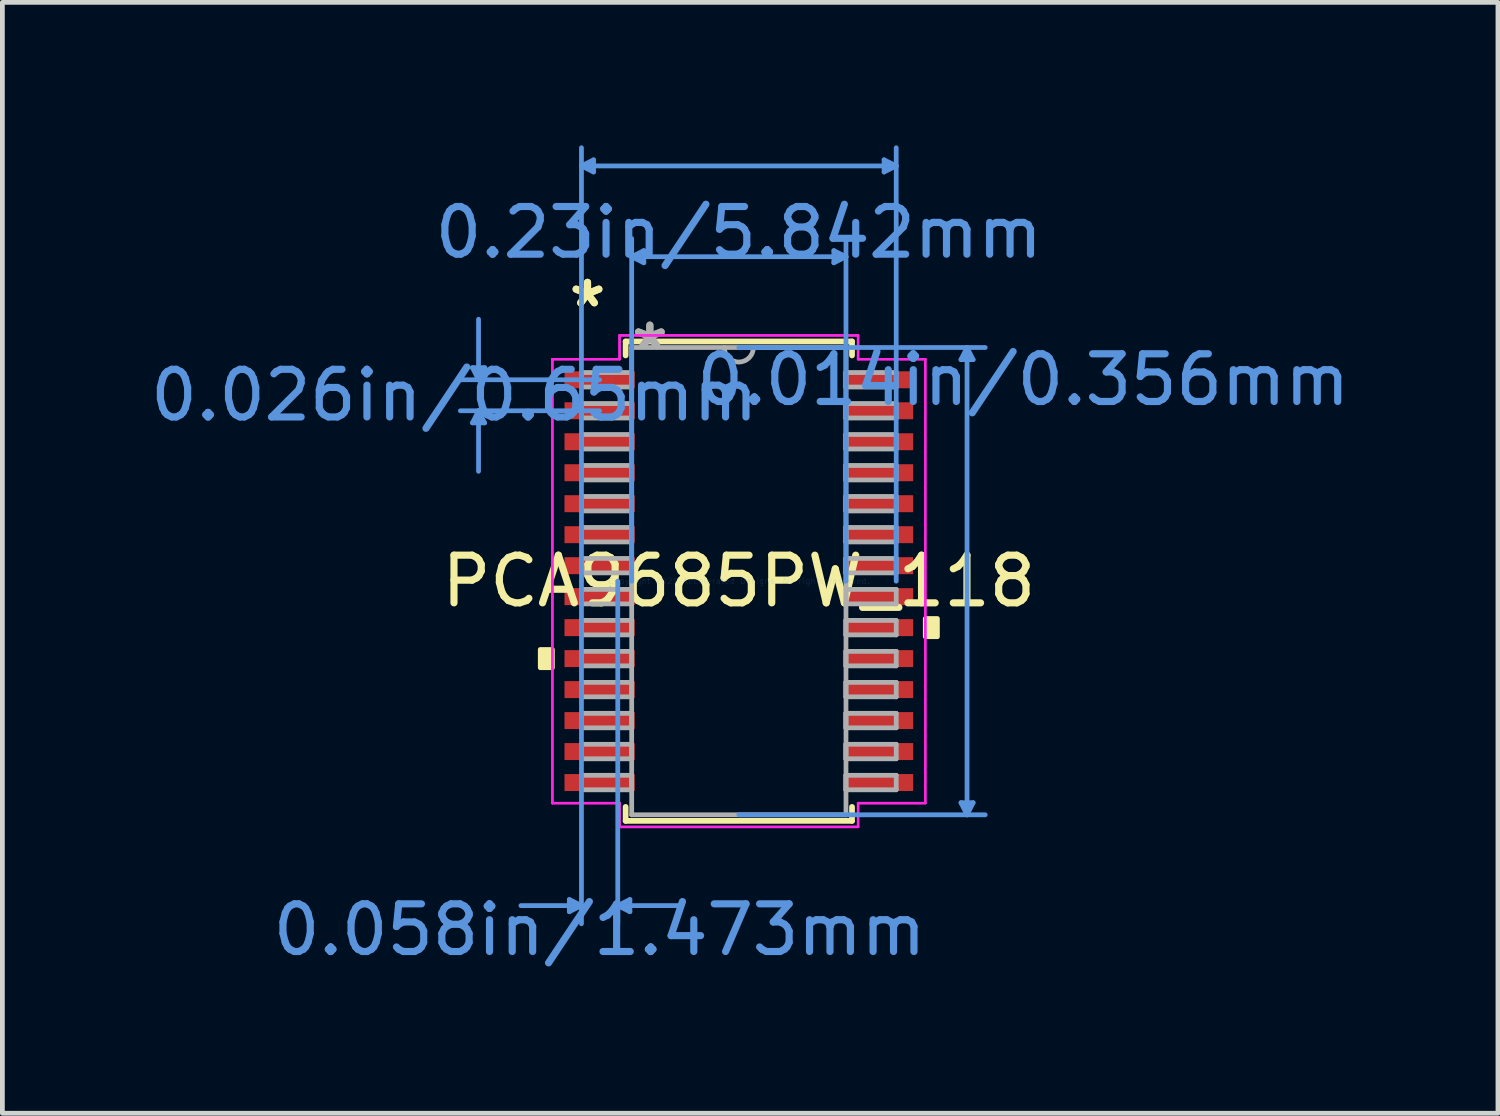
<source format=kicad_pcb>
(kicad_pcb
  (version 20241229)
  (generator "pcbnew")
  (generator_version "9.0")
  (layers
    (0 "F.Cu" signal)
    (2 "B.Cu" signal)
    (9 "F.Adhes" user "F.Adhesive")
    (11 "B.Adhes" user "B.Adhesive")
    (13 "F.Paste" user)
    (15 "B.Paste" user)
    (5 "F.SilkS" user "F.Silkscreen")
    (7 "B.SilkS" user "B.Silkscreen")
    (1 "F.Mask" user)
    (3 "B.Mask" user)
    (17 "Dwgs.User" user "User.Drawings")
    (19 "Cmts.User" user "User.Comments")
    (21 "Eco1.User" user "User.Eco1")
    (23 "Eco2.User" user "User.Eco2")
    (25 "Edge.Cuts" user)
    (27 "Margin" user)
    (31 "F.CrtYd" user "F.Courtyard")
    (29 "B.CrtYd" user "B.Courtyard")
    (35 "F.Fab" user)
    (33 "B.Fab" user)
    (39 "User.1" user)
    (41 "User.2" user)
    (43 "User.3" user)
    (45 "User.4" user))
  (footprint "PCA9685PW_118"
    (layer "F.Cu")
    (at 12.451 9.143)
    (property "Reference" "PCA9685PW_118" (at 0 0 0) (layer "F.SilkS") (effects (font (size 1 1) (thickness 0.15))))
    (attr through_hole)
    (fp_line (start -2.375 -5.029) (end -2.375 -4.736) (stroke (width 0.12) (type solid)) (layer "F.SilkS"))
    (fp_line (start -2.375 4.736) (end -2.375 5.029) (stroke (width 0.12) (type solid)) (layer "F.SilkS"))
    (fp_line (start -2.375 5.029) (end 2.375 5.029) (stroke (width 0.12) (type solid)) (layer "F.SilkS"))
    (fp_line (start 2.375 -5.029) (end -2.375 -5.029) (stroke (width 0.12) (type solid)) (layer "F.SilkS"))
    (fp_line (start 2.375 -4.736) (end 2.375 -5.029) (stroke (width 0.12) (type solid)) (layer "F.SilkS"))
    (fp_line (start 2.375 5.029) (end 2.375 4.736) (stroke (width 0.12) (type solid)) (layer "F.SilkS"))
    (fp_poly (pts (xy -4.166 1.434) (xy -4.166 1.815) (xy -3.912 1.815) (xy -3.912 1.434)) (stroke (width 0.1) (type solid)) (fill yes) (layer "F.SilkS"))
    (fp_poly (pts (xy 4.166 0.784) (xy 4.166 1.165) (xy 3.912 1.165) (xy 3.912 0.784)) (stroke (width 0.1) (type solid)) (fill yes) (layer "F.SilkS"))
    (fp_line (start -5.588 -4.479) (end -5.334 -4.479) (stroke (width 0.1) (type solid)) (layer "Cmts.User"))
    (fp_line (start -5.588 -3.321) (end -5.334 -3.321) (stroke (width 0.1) (type solid)) (layer "Cmts.User"))
    (fp_line (start -5.461 -4.225) (end -5.588 -4.479) (stroke (width 0.1) (type solid)) (layer "Cmts.User"))
    (fp_line (start -5.461 -4.225) (end -5.461 -5.495) (stroke (width 0.1) (type solid)) (layer "Cmts.User"))
    (fp_line (start -5.461 -4.225) (end -5.334 -4.479) (stroke (width 0.1) (type solid)) (layer "Cmts.User"))
    (fp_line (start -5.461 -3.575) (end -5.588 -3.321) (stroke (width 0.1) (type solid)) (layer "Cmts.User"))
    (fp_line (start -5.461 -3.575) (end -5.461 -2.305) (stroke (width 0.1) (type solid)) (layer "Cmts.User"))
    (fp_line (start -5.461 -3.575) (end -5.334 -3.321) (stroke (width 0.1) (type solid)) (layer "Cmts.User"))
    (fp_line (start -3.556 6.68) (end -3.556 6.934) (stroke (width 0.1) (type solid)) (layer "Cmts.User"))
    (fp_line (start -3.302 -8.712) (end -3.048 -8.839) (stroke (width 0.1) (type solid)) (layer "Cmts.User"))
    (fp_line (start -3.302 -8.712) (end -3.048 -8.585) (stroke (width 0.1) (type solid)) (layer "Cmts.User"))
    (fp_line (start -3.302 -8.712) (end 3.302 -8.712) (stroke (width 0.1) (type solid)) (layer "Cmts.User"))
    (fp_line (start -3.302 0) (end -3.302 -9.093) (stroke (width 0.1) (type solid)) (layer "Cmts.User"))
    (fp_line (start -3.302 0) (end -3.302 7.188) (stroke (width 0.1) (type solid)) (layer "Cmts.User"))
    (fp_line (start -3.302 6.807) (end -4.572 6.807) (stroke (width 0.1) (type solid)) (layer "Cmts.User"))
    (fp_line (start -3.302 6.807) (end -3.556 6.68) (stroke (width 0.1) (type solid)) (layer "Cmts.User"))
    (fp_line (start -3.302 6.807) (end -3.556 6.934) (stroke (width 0.1) (type solid)) (layer "Cmts.User"))
    (fp_line (start -3.048 -8.839) (end -3.048 -8.585) (stroke (width 0.1) (type solid)) (layer "Cmts.User"))
    (fp_line (start -2.921 -4.225) (end -5.842 -4.225) (stroke (width 0.1) (type solid)) (layer "Cmts.User"))
    (fp_line (start -2.921 -3.575) (end -5.842 -3.575) (stroke (width 0.1) (type solid)) (layer "Cmts.User"))
    (fp_line (start -2.54 0) (end -2.54 7.188) (stroke (width 0.1) (type solid)) (layer "Cmts.User"))
    (fp_line (start -2.54 6.807) (end -2.286 6.68) (stroke (width 0.1) (type solid)) (layer "Cmts.User"))
    (fp_line (start -2.54 6.807) (end -2.286 6.934) (stroke (width 0.1) (type solid)) (layer "Cmts.User"))
    (fp_line (start -2.54 6.807) (end -1.27 6.807) (stroke (width 0.1) (type solid)) (layer "Cmts.User"))
    (fp_line (start -2.286 6.68) (end -2.286 6.934) (stroke (width 0.1) (type solid)) (layer "Cmts.User"))
    (fp_line (start -2.248 -6.807) (end -1.994 -6.934) (stroke (width 0.1) (type solid)) (layer "Cmts.User"))
    (fp_line (start -2.248 -6.807) (end -1.994 -6.68) (stroke (width 0.1) (type solid)) (layer "Cmts.User"))
    (fp_line (start -2.248 -6.807) (end 2.248 -6.807) (stroke (width 0.1) (type solid)) (layer "Cmts.User"))
    (fp_line (start -2.248 0) (end -2.248 -7.188) (stroke (width 0.1) (type solid)) (layer "Cmts.User"))
    (fp_line (start -1.994 -6.934) (end -1.994 -6.68) (stroke (width 0.1) (type solid)) (layer "Cmts.User"))
    (fp_line (start 0 -4.902) (end 5.169 -4.902) (stroke (width 0.1) (type solid)) (layer "Cmts.User"))
    (fp_line (start 0 4.902) (end 5.169 4.902) (stroke (width 0.1) (type solid)) (layer "Cmts.User"))
    (fp_line (start 1.994 -6.934) (end 1.994 -6.68) (stroke (width 0.1) (type solid)) (layer "Cmts.User"))
    (fp_line (start 2.248 -6.807) (end 1.994 -6.934) (stroke (width 0.1) (type solid)) (layer "Cmts.User"))
    (fp_line (start 2.248 -6.807) (end 1.994 -6.68) (stroke (width 0.1) (type solid)) (layer "Cmts.User"))
    (fp_line (start 2.248 0) (end 2.248 -7.188) (stroke (width 0.1) (type solid)) (layer "Cmts.User"))
    (fp_line (start 3.048 -8.839) (end 3.048 -8.585) (stroke (width 0.1) (type solid)) (layer "Cmts.User"))
    (fp_line (start 3.302 -8.712) (end 3.048 -8.839) (stroke (width 0.1) (type solid)) (layer "Cmts.User"))
    (fp_line (start 3.302 -8.712) (end 3.048 -8.585) (stroke (width 0.1) (type solid)) (layer "Cmts.User"))
    (fp_line (start 3.302 0) (end 3.302 -9.093) (stroke (width 0.1) (type solid)) (layer "Cmts.User"))
    (fp_line (start 4.661 -4.648) (end 4.915 -4.648) (stroke (width 0.1) (type solid)) (layer "Cmts.User"))
    (fp_line (start 4.661 4.648) (end 4.915 4.648) (stroke (width 0.1) (type solid)) (layer "Cmts.User"))
    (fp_line (start 4.788 -4.902) (end 4.661 -4.648) (stroke (width 0.1) (type solid)) (layer "Cmts.User"))
    (fp_line (start 4.788 -4.902) (end 4.788 4.902) (stroke (width 0.1) (type solid)) (layer "Cmts.User"))
    (fp_line (start 4.788 -4.902) (end 4.915 -4.648) (stroke (width 0.1) (type solid)) (layer "Cmts.User"))
    (fp_line (start 4.788 4.902) (end 4.661 4.648) (stroke (width 0.1) (type solid)) (layer "Cmts.User"))
    (fp_line (start 4.788 4.902) (end 4.915 4.648) (stroke (width 0.1) (type solid)) (layer "Cmts.User"))
    (fp_line (start -3.912 -4.657) (end -2.502 -4.657) (stroke (width 0.05) (type solid)) (layer "F.CrtYd"))
    (fp_line (start -3.912 -4.657) (end -2.502 -4.657) (stroke (width 0.05) (type solid)) (layer "F.CrtYd"))
    (fp_line (start -3.912 4.657) (end -3.912 -4.657) (stroke (width 0.05) (type solid)) (layer "F.CrtYd"))
    (fp_line (start -3.912 4.657) (end -3.912 -4.657) (stroke (width 0.05) (type solid)) (layer "F.CrtYd"))
    (fp_line (start -3.912 4.657) (end -2.502 4.657) (stroke (width 0.05) (type solid)) (layer "F.CrtYd"))
    (fp_line (start -2.502 -5.156) (end 2.502 -5.156) (stroke (width 0.05) (type solid)) (layer "F.CrtYd"))
    (fp_line (start -2.502 -5.156) (end 2.502 -5.156) (stroke (width 0.05) (type solid)) (layer "F.CrtYd"))
    (fp_line (start -2.502 -4.657) (end -2.502 -5.156) (stroke (width 0.05) (type solid)) (layer "F.CrtYd"))
    (fp_line (start -2.502 -4.657) (end -2.502 -5.156) (stroke (width 0.05) (type solid)) (layer "F.CrtYd"))
    (fp_line (start -2.502 4.657) (end -3.912 4.657) (stroke (width 0.05) (type solid)) (layer "F.CrtYd"))
    (fp_line (start -2.502 5.156) (end -2.502 4.657) (stroke (width 0.05) (type solid)) (layer "F.CrtYd"))
    (fp_line (start -2.502 5.156) (end -2.502 4.657) (stroke (width 0.05) (type solid)) (layer "F.CrtYd"))
    (fp_line (start 2.502 -5.156) (end 2.502 -4.657) (stroke (width 0.05) (type solid)) (layer "F.CrtYd"))
    (fp_line (start 2.502 -5.156) (end 2.502 -4.657) (stroke (width 0.05) (type solid)) (layer "F.CrtYd"))
    (fp_line (start 2.502 -4.657) (end 3.912 -4.657) (stroke (width 0.05) (type solid)) (layer "F.CrtYd"))
    (fp_line (start 2.502 4.657) (end 2.502 5.156) (stroke (width 0.05) (type solid)) (layer "F.CrtYd"))
    (fp_line (start 2.502 4.657) (end 2.502 5.156) (stroke (width 0.05) (type solid)) (layer "F.CrtYd"))
    (fp_line (start 2.502 5.156) (end -2.502 5.156) (stroke (width 0.05) (type solid)) (layer "F.CrtYd"))
    (fp_line (start 2.502 5.156) (end -2.502 5.156) (stroke (width 0.05) (type solid)) (layer "F.CrtYd"))
    (fp_line (start 3.912 -4.657) (end 2.502 -4.657) (stroke (width 0.05) (type solid)) (layer "F.CrtYd"))
    (fp_line (start 3.912 -4.657) (end 3.912 4.657) (stroke (width 0.05) (type solid)) (layer "F.CrtYd"))
    (fp_line (start 3.912 -4.657) (end 3.912 4.657) (stroke (width 0.05) (type solid)) (layer "F.CrtYd"))
    (fp_line (start 3.912 4.657) (end 2.502 4.657) (stroke (width 0.05) (type solid)) (layer "F.CrtYd"))
    (fp_line (start 3.912 4.657) (end 2.502 4.657) (stroke (width 0.05) (type solid)) (layer "F.CrtYd"))
    (fp_line (start -3.302 -4.377) (end -3.302 -4.073) (stroke (width 0.1) (type solid)) (layer "F.Fab"))
    (fp_line (start -3.302 -4.073) (end -2.248 -4.073) (stroke (width 0.1) (type solid)) (layer "F.Fab"))
    (fp_line (start -3.302 -3.727) (end -3.302 -3.423) (stroke (width 0.1) (type solid)) (layer "F.Fab"))
    (fp_line (start -3.302 -3.423) (end -2.248 -3.423) (stroke (width 0.1) (type solid)) (layer "F.Fab"))
    (fp_line (start -3.302 -3.077) (end -3.302 -2.773) (stroke (width 0.1) (type solid)) (layer "F.Fab"))
    (fp_line (start -3.302 -2.773) (end -2.248 -2.773) (stroke (width 0.1) (type solid)) (layer "F.Fab"))
    (fp_line (start -3.302 -2.427) (end -3.302 -2.123) (stroke (width 0.1) (type solid)) (layer "F.Fab"))
    (fp_line (start -3.302 -2.123) (end -2.248 -2.123) (stroke (width 0.1) (type solid)) (layer "F.Fab"))
    (fp_line (start -3.302 -1.777) (end -3.302 -1.473) (stroke (width 0.1) (type solid)) (layer "F.Fab"))
    (fp_line (start -3.302 -1.473) (end -2.248 -1.473) (stroke (width 0.1) (type solid)) (layer "F.Fab"))
    (fp_line (start -3.302 -1.127) (end -3.302 -0.823) (stroke (width 0.1) (type solid)) (layer "F.Fab"))
    (fp_line (start -3.302 -0.823) (end -2.248 -0.823) (stroke (width 0.1) (type solid)) (layer "F.Fab"))
    (fp_line (start -3.302 -0.477) (end -3.302 -0.173) (stroke (width 0.1) (type solid)) (layer "F.Fab"))
    (fp_line (start -3.302 -0.173) (end -2.248 -0.173) (stroke (width 0.1) (type solid)) (layer "F.Fab"))
    (fp_line (start -3.302 0.173) (end -3.302 0.477) (stroke (width 0.1) (type solid)) (layer "F.Fab"))
    (fp_line (start -3.302 0.477) (end -2.248 0.477) (stroke (width 0.1) (type solid)) (layer "F.Fab"))
    (fp_line (start -3.302 0.823) (end -3.302 1.127) (stroke (width 0.1) (type solid)) (layer "F.Fab"))
    (fp_line (start -3.302 1.127) (end -2.248 1.127) (stroke (width 0.1) (type solid)) (layer "F.Fab"))
    (fp_line (start -3.302 1.473) (end -3.302 1.777) (stroke (width 0.1) (type solid)) (layer "F.Fab"))
    (fp_line (start -3.302 1.777) (end -2.248 1.777) (stroke (width 0.1) (type solid)) (layer "F.Fab"))
    (fp_line (start -3.302 2.123) (end -3.302 2.427) (stroke (width 0.1) (type solid)) (layer "F.Fab"))
    (fp_line (start -3.302 2.427) (end -2.248 2.427) (stroke (width 0.1) (type solid)) (layer "F.Fab"))
    (fp_line (start -3.302 2.773) (end -3.302 3.077) (stroke (width 0.1) (type solid)) (layer "F.Fab"))
    (fp_line (start -3.302 3.077) (end -2.248 3.077) (stroke (width 0.1) (type solid)) (layer "F.Fab"))
    (fp_line (start -3.302 3.423) (end -3.302 3.727) (stroke (width 0.1) (type solid)) (layer "F.Fab"))
    (fp_line (start -3.302 3.727) (end -2.248 3.727) (stroke (width 0.1) (type solid)) (layer "F.Fab"))
    (fp_line (start -3.302 4.073) (end -3.302 4.377) (stroke (width 0.1) (type solid)) (layer "F.Fab"))
    (fp_line (start -3.302 4.377) (end -2.248 4.377) (stroke (width 0.1) (type solid)) (layer "F.Fab"))
    (fp_line (start -2.248 -4.902) (end -2.248 4.902) (stroke (width 0.1) (type solid)) (layer "F.Fab"))
    (fp_line (start -2.248 -4.377) (end -3.302 -4.377) (stroke (width 0.1) (type solid)) (layer "F.Fab"))
    (fp_line (start -2.248 -4.073) (end -2.248 -4.377) (stroke (width 0.1) (type solid)) (layer "F.Fab"))
    (fp_line (start -2.248 -3.727) (end -3.302 -3.727) (stroke (width 0.1) (type solid)) (layer "F.Fab"))
    (fp_line (start -2.248 -3.423) (end -2.248 -3.727) (stroke (width 0.1) (type solid)) (layer "F.Fab"))
    (fp_line (start -2.248 -3.077) (end -3.302 -3.077) (stroke (width 0.1) (type solid)) (layer "F.Fab"))
    (fp_line (start -2.248 -2.773) (end -2.248 -3.077) (stroke (width 0.1) (type solid)) (layer "F.Fab"))
    (fp_line (start -2.248 -2.427) (end -3.302 -2.427) (stroke (width 0.1) (type solid)) (layer "F.Fab"))
    (fp_line (start -2.248 -2.123) (end -2.248 -2.427) (stroke (width 0.1) (type solid)) (layer "F.Fab"))
    (fp_line (start -2.248 -1.777) (end -3.302 -1.777) (stroke (width 0.1) (type solid)) (layer "F.Fab"))
    (fp_line (start -2.248 -1.473) (end -2.248 -1.777) (stroke (width 0.1) (type solid)) (layer "F.Fab"))
    (fp_line (start -2.248 -1.127) (end -3.302 -1.127) (stroke (width 0.1) (type solid)) (layer "F.Fab"))
    (fp_line (start -2.248 -0.823) (end -2.248 -1.127) (stroke (width 0.1) (type solid)) (layer "F.Fab"))
    (fp_line (start -2.248 -0.477) (end -3.302 -0.477) (stroke (width 0.1) (type solid)) (layer "F.Fab"))
    (fp_line (start -2.248 -0.173) (end -2.248 -0.477) (stroke (width 0.1) (type solid)) (layer "F.Fab"))
    (fp_line (start -2.248 0.173) (end -3.302 0.173) (stroke (width 0.1) (type solid)) (layer "F.Fab"))
    (fp_line (start -2.248 0.477) (end -2.248 0.173) (stroke (width 0.1) (type solid)) (layer "F.Fab"))
    (fp_line (start -2.248 0.823) (end -3.302 0.823) (stroke (width 0.1) (type solid)) (layer "F.Fab"))
    (fp_line (start -2.248 1.127) (end -2.248 0.823) (stroke (width 0.1) (type solid)) (layer "F.Fab"))
    (fp_line (start -2.248 1.473) (end -3.302 1.473) (stroke (width 0.1) (type solid)) (layer "F.Fab"))
    (fp_line (start -2.248 1.777) (end -2.248 1.473) (stroke (width 0.1) (type solid)) (layer "F.Fab"))
    (fp_line (start -2.248 2.123) (end -3.302 2.123) (stroke (width 0.1) (type solid)) (layer "F.Fab"))
    (fp_line (start -2.248 2.427) (end -2.248 2.123) (stroke (width 0.1) (type solid)) (layer "F.Fab"))
    (fp_line (start -2.248 2.773) (end -3.302 2.773) (stroke (width 0.1) (type solid)) (layer "F.Fab"))
    (fp_line (start -2.248 3.077) (end -2.248 2.773) (stroke (width 0.1) (type solid)) (layer "F.Fab"))
    (fp_line (start -2.248 3.423) (end -3.302 3.423) (stroke (width 0.1) (type solid)) (layer "F.Fab"))
    (fp_line (start -2.248 3.727) (end -2.248 3.423) (stroke (width 0.1) (type solid)) (layer "F.Fab"))
    (fp_line (start -2.248 4.073) (end -3.302 4.073) (stroke (width 0.1) (type solid)) (layer "F.Fab"))
    (fp_line (start -2.248 4.377) (end -2.248 4.073) (stroke (width 0.1) (type solid)) (layer "F.Fab"))
    (fp_line (start -2.248 4.902) (end 2.248 4.902) (stroke (width 0.1) (type solid)) (layer "F.Fab"))
    (fp_line (start 2.248 -4.902) (end -2.248 -4.902) (stroke (width 0.1) (type solid)) (layer "F.Fab"))
    (fp_line (start 2.248 -4.377) (end 2.248 -4.073) (stroke (width 0.1) (type solid)) (layer "F.Fab"))
    (fp_line (start 2.248 -4.073) (end 3.302 -4.073) (stroke (width 0.1) (type solid)) (layer "F.Fab"))
    (fp_line (start 2.248 -3.727) (end 2.248 -3.423) (stroke (width 0.1) (type solid)) (layer "F.Fab"))
    (fp_line (start 2.248 -3.423) (end 3.302 -3.423) (stroke (width 0.1) (type solid)) (layer "F.Fab"))
    (fp_line (start 2.248 -3.077) (end 2.248 -2.773) (stroke (width 0.1) (type solid)) (layer "F.Fab"))
    (fp_line (start 2.248 -2.773) (end 3.302 -2.773) (stroke (width 0.1) (type solid)) (layer "F.Fab"))
    (fp_line (start 2.248 -2.427) (end 2.248 -2.123) (stroke (width 0.1) (type solid)) (layer "F.Fab"))
    (fp_line (start 2.248 -2.123) (end 3.302 -2.123) (stroke (width 0.1) (type solid)) (layer "F.Fab"))
    (fp_line (start 2.248 -1.777) (end 2.248 -1.473) (stroke (width 0.1) (type solid)) (layer "F.Fab"))
    (fp_line (start 2.248 -1.473) (end 3.302 -1.473) (stroke (width 0.1) (type solid)) (layer "F.Fab"))
    (fp_line (start 2.248 -1.127) (end 2.248 -0.823) (stroke (width 0.1) (type solid)) (layer "F.Fab"))
    (fp_line (start 2.248 -0.823) (end 3.302 -0.823) (stroke (width 0.1) (type solid)) (layer "F.Fab"))
    (fp_line (start 2.248 -0.477) (end 2.248 -0.173) (stroke (width 0.1) (type solid)) (layer "F.Fab"))
    (fp_line (start 2.248 -0.173) (end 3.302 -0.173) (stroke (width 0.1) (type solid)) (layer "F.Fab"))
    (fp_line (start 2.248 0.173) (end 2.248 0.477) (stroke (width 0.1) (type solid)) (layer "F.Fab"))
    (fp_line (start 2.248 0.477) (end 3.302 0.477) (stroke (width 0.1) (type solid)) (layer "F.Fab"))
    (fp_line (start 2.248 0.823) (end 2.248 1.127) (stroke (width 0.1) (type solid)) (layer "F.Fab"))
    (fp_line (start 2.248 1.127) (end 3.302 1.127) (stroke (width 0.1) (type solid)) (layer "F.Fab"))
    (fp_line (start 2.248 1.473) (end 2.248 1.777) (stroke (width 0.1) (type solid)) (layer "F.Fab"))
    (fp_line (start 2.248 1.777) (end 3.302 1.777) (stroke (width 0.1) (type solid)) (layer "F.Fab"))
    (fp_line (start 2.248 2.123) (end 2.248 2.427) (stroke (width 0.1) (type solid)) (layer "F.Fab"))
    (fp_line (start 2.248 2.427) (end 3.302 2.427) (stroke (width 0.1) (type solid)) (layer "F.Fab"))
    (fp_line (start 2.248 2.773) (end 2.248 3.077) (stroke (width 0.1) (type solid)) (layer "F.Fab"))
    (fp_line (start 2.248 3.077) (end 3.302 3.077) (stroke (width 0.1) (type solid)) (layer "F.Fab"))
    (fp_line (start 2.248 3.423) (end 2.248 3.727) (stroke (width 0.1) (type solid)) (layer "F.Fab"))
    (fp_line (start 2.248 3.727) (end 3.302 3.727) (stroke (width 0.1) (type solid)) (layer "F.Fab"))
    (fp_line (start 2.248 4.073) (end 2.248 4.377) (stroke (width 0.1) (type solid)) (layer "F.Fab"))
    (fp_line (start 2.248 4.377) (end 3.302 4.377) (stroke (width 0.1) (type solid)) (layer "F.Fab"))
    (fp_line (start 2.248 4.902) (end 2.248 -4.902) (stroke (width 0.1) (type solid)) (layer "F.Fab"))
    (fp_line (start 3.302 -4.377) (end 2.248 -4.377) (stroke (width 0.1) (type solid)) (layer "F.Fab"))
    (fp_line (start 3.302 -4.073) (end 3.302 -4.377) (stroke (width 0.1) (type solid)) (layer "F.Fab"))
    (fp_line (start 3.302 -3.727) (end 2.248 -3.727) (stroke (width 0.1) (type solid)) (layer "F.Fab"))
    (fp_line (start 3.302 -3.423) (end 3.302 -3.727) (stroke (width 0.1) (type solid)) (layer "F.Fab"))
    (fp_line (start 3.302 -3.077) (end 2.248 -3.077) (stroke (width 0.1) (type solid)) (layer "F.Fab"))
    (fp_line (start 3.302 -2.773) (end 3.302 -3.077) (stroke (width 0.1) (type solid)) (layer "F.Fab"))
    (fp_line (start 3.302 -2.427) (end 2.248 -2.427) (stroke (width 0.1) (type solid)) (layer "F.Fab"))
    (fp_line (start 3.302 -2.123) (end 3.302 -2.427) (stroke (width 0.1) (type solid)) (layer "F.Fab"))
    (fp_line (start 3.302 -1.777) (end 2.248 -1.777) (stroke (width 0.1) (type solid)) (layer "F.Fab"))
    (fp_line (start 3.302 -1.473) (end 3.302 -1.777) (stroke (width 0.1) (type solid)) (layer "F.Fab"))
    (fp_line (start 3.302 -1.127) (end 2.248 -1.127) (stroke (width 0.1) (type solid)) (layer "F.Fab"))
    (fp_line (start 3.302 -0.823) (end 3.302 -1.127) (stroke (width 0.1) (type solid)) (layer "F.Fab"))
    (fp_line (start 3.302 -0.477) (end 2.248 -0.477) (stroke (width 0.1) (type solid)) (layer "F.Fab"))
    (fp_line (start 3.302 -0.173) (end 3.302 -0.477) (stroke (width 0.1) (type solid)) (layer "F.Fab"))
    (fp_line (start 3.302 0.173) (end 2.248 0.173) (stroke (width 0.1) (type solid)) (layer "F.Fab"))
    (fp_line (start 3.302 0.477) (end 3.302 0.173) (stroke (width 0.1) (type solid)) (layer "F.Fab"))
    (fp_line (start 3.302 0.823) (end 2.248 0.823) (stroke (width 0.1) (type solid)) (layer "F.Fab"))
    (fp_line (start 3.302 1.127) (end 3.302 0.823) (stroke (width 0.1) (type solid)) (layer "F.Fab"))
    (fp_line (start 3.302 1.473) (end 2.248 1.473) (stroke (width 0.1) (type solid)) (layer "F.Fab"))
    (fp_line (start 3.302 1.777) (end 3.302 1.473) (stroke (width 0.1) (type solid)) (layer "F.Fab"))
    (fp_line (start 3.302 2.123) (end 2.248 2.123) (stroke (width 0.1) (type solid)) (layer "F.Fab"))
    (fp_line (start 3.302 2.427) (end 3.302 2.123) (stroke (width 0.1) (type solid)) (layer "F.Fab"))
    (fp_line (start 3.302 2.773) (end 2.248 2.773) (stroke (width 0.1) (type solid)) (layer "F.Fab"))
    (fp_line (start 3.302 3.077) (end 3.302 2.773) (stroke (width 0.1) (type solid)) (layer "F.Fab"))
    (fp_line (start 3.302 3.423) (end 2.248 3.423) (stroke (width 0.1) (type solid)) (layer "F.Fab"))
    (fp_line (start 3.302 3.727) (end 3.302 3.423) (stroke (width 0.1) (type solid)) (layer "F.Fab"))
    (fp_line (start 3.302 4.073) (end 2.248 4.073) (stroke (width 0.1) (type solid)) (layer "F.Fab"))
    (fp_line (start 3.302 4.377) (end 3.302 4.073) (stroke (width 0.1) (type solid)) (layer "F.Fab"))
    (fp_arc (start 0.3048 -4.9022) (mid 0 -4.5974) (end -0.3048 -4.9022) (stroke (width 0.1) (type solid)) (layer "F.Fab"))
    (fp_text user "*" (at -3.175 -5.724 0) (layer "F.SilkS") (effects (font (size 1 1) (thickness 0.15))))
    (fp_text user "*" (at -3.175 -5.724 0) (layer "F.SilkS") (effects (font (size 1 1) (thickness 0.15))))
    (fp_text user "0.058in/1.473mm" (at -2.921 7.315 0) (layer "Cmts.User") (effects (font (size 1 1) (thickness 0.15))))
    (fp_text user "0.014in/0.356mm" (at 5.969 -4.225 0) (layer "Cmts.User") (effects (font (size 1 1) (thickness 0.15))))
    (fp_text user "0.23in/5.842mm" (at 0 -7.315 0) (layer "Cmts.User") (effects (font (size 1 1) (thickness 0.15))))
    (fp_text user "Copyright 2021 Accelerated Designs. All rights reserved." (at 0 0 0) (layer "Cmts.User") (effects (font (size 0.127 0.127) (thickness 0.002))))
    (fp_text user "0.026in/0.65mm" (at -5.969 -3.9 0) (layer "Cmts.User") (effects (font (size 1 1) (thickness 0.15))))
    (fp_text user "*" (at -1.867 -4.826 0) (layer "F.Fab") (effects (font (size 1 1) (thickness 0.15))))
    (fp_text user "*" (at -1.867 -4.826 0) (layer "F.Fab") (effects (font (size 1 1) (thickness 0.15))))
    (pad "1" smd rect (at -2.921 -4.225) (size 1.473 0.356) (layers "F.Cu" "F.Mask" "F.Paste"))
    (pad "2" smd rect (at -2.921 -3.575) (size 1.473 0.356) (layers "F.Cu" "F.Mask" "F.Paste"))
    (pad "3" smd rect (at -2.921 -2.925) (size 1.473 0.356) (layers "F.Cu" "F.Mask" "F.Paste"))
    (pad "4" smd rect (at -2.921 -2.275) (size 1.473 0.356) (layers "F.Cu" "F.Mask" "F.Paste"))
    (pad "5" smd rect (at -2.921 -1.625) (size 1.473 0.356) (layers "F.Cu" "F.Mask" "F.Paste"))
    (pad "6" smd rect (at -2.921 -0.975) (size 1.473 0.356) (layers "F.Cu" "F.Mask" "F.Paste"))
    (pad "7" smd rect (at -2.921 -0.325) (size 1.473 0.356) (layers "F.Cu" "F.Mask" "F.Paste"))
    (pad "8" smd rect (at -2.921 0.325) (size 1.473 0.356) (layers "F.Cu" "F.Mask" "F.Paste"))
    (pad "9" smd rect (at -2.921 0.975) (size 1.473 0.356) (layers "F.Cu" "F.Mask" "F.Paste"))
    (pad "10" smd rect (at -2.921 1.625) (size 1.473 0.356) (layers "F.Cu" "F.Mask" "F.Paste"))
    (pad "11" smd rect (at -2.921 2.275) (size 1.473 0.356) (layers "F.Cu" "F.Mask" "F.Paste"))
    (pad "12" smd rect (at -2.921 2.925) (size 1.473 0.356) (layers "F.Cu" "F.Mask" "F.Paste"))
    (pad "13" smd rect (at -2.921 3.575) (size 1.473 0.356) (layers "F.Cu" "F.Mask" "F.Paste"))
    (pad "14" smd rect (at -2.921 4.225) (size 1.473 0.356) (layers "F.Cu" "F.Mask" "F.Paste"))
    (pad "15" smd rect (at 2.921 4.225) (size 1.473 0.356) (layers "F.Cu" "F.Mask" "F.Paste"))
    (pad "16" smd rect (at 2.921 3.575) (size 1.473 0.356) (layers "F.Cu" "F.Mask" "F.Paste"))
    (pad "17" smd rect (at 2.921 2.925) (size 1.473 0.356) (layers "F.Cu" "F.Mask" "F.Paste"))
    (pad "18" smd rect (at 2.921 2.275) (size 1.473 0.356) (layers "F.Cu" "F.Mask" "F.Paste"))
    (pad "19" smd rect (at 2.921 1.625) (size 1.473 0.356) (layers "F.Cu" "F.Mask" "F.Paste"))
    (pad "20" smd rect (at 2.921 0.975) (size 1.473 0.356) (layers "F.Cu" "F.Mask" "F.Paste"))
    (pad "21" smd rect (at 2.921 0.325) (size 1.473 0.356) (layers "F.Cu" "F.Mask" "F.Paste"))
    (pad "22" smd rect (at 2.921 -0.325) (size 1.473 0.356) (layers "F.Cu" "F.Mask" "F.Paste"))
    (pad "23" smd rect (at 2.921 -0.975) (size 1.473 0.356) (layers "F.Cu" "F.Mask" "F.Paste"))
    (pad "24" smd rect (at 2.921 -1.625) (size 1.473 0.356) (layers "F.Cu" "F.Mask" "F.Paste"))
    (pad "25" smd rect (at 2.921 -2.275) (size 1.473 0.356) (layers "F.Cu" "F.Mask" "F.Paste"))
    (pad "26" smd rect (at 2.921 -2.925) (size 1.473 0.356) (layers "F.Cu" "F.Mask" "F.Paste"))
    (pad "27" smd rect (at 2.921 -3.575) (size 1.473 0.356) (layers "F.Cu" "F.Mask" "F.Paste"))
    (pad "28" smd rect (at 2.921 -4.225) (size 1.473 0.356) (layers "F.Cu" "F.Mask" "F.Paste")))
  (gr_rect
    (start -3 -3)
    (end 28.378 20.307)
    (stroke (width 0.1) (type default))
    (fill no)
    (layer "Edge.Cuts")))
</source>
